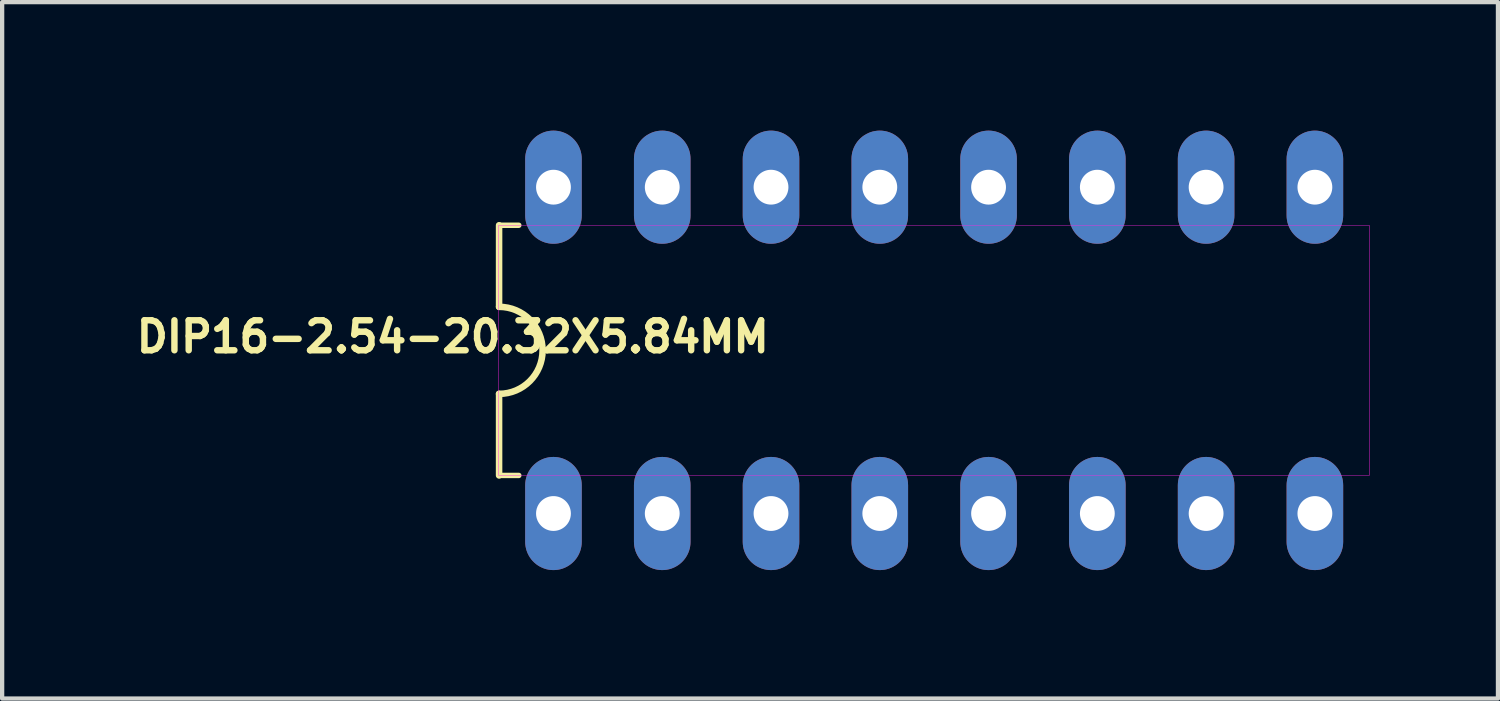
<source format=kicad_pcb>
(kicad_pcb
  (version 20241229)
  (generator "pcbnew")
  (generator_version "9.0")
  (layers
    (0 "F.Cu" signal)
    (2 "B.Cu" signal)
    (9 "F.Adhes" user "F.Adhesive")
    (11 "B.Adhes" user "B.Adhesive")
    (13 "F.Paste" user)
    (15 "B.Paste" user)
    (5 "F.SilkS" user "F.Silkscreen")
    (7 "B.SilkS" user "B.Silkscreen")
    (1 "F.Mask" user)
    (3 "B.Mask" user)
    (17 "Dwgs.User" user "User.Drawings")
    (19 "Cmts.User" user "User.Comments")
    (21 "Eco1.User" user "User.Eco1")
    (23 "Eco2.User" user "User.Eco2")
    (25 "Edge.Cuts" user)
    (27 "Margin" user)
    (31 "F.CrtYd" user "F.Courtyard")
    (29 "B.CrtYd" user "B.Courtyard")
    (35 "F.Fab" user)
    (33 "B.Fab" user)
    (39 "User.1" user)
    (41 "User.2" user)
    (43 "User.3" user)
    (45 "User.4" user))
  (footprint "DIP16-2.54-20.32X5.84MM"
    (layer "F.Cu")
    (at 18.764 5.131)
    (property "Reference" "DIP16-2.54-20.32X5.84MM" (at -11.241 -0.318 180) (layer "F.SilkS") (effects (font (size 0.7 0.7) (thickness 0.15))))
    (attr through_hole)
    (fp_line (start -10.16 -2.921) (end -10.16 -1.016) (stroke (width 0.152) (type solid)) (layer "F.SilkS"))
    (fp_line (start -10.16 -2.921) (end -9.7 -2.921) (stroke (width 0.127) (type solid)) (layer "F.SilkS"))
    (fp_line (start -10.16 2.921) (end -10.16 1.016) (stroke (width 0.152) (type solid)) (layer "F.SilkS"))
    (fp_line (start -10.16 2.921) (end -9.7 2.921) (stroke (width 0.127) (type solid)) (layer "F.SilkS"))
    (fp_arc (start -10.16 -1.016) (mid -9.144 0) (end -10.16 1.016) (stroke (width 0.1524) (type solid)) (layer "F.SilkS"))
    (fp_poly (pts (xy -10.168 -2.921) (xy 10.16 -2.921) (xy 10.16 2.923) (xy -10.168 2.923)) (stroke (width 0.01) (type solid)) (fill no) (layer "F.CrtYd"))
    (pad "1" thru_hole oval (at -8.89 3.81) (size 1.321 2.642) (drill 0.813) (layers "*.Cu" "*.Mask"))
    (pad "2" thru_hole oval (at -6.35 3.81) (size 1.321 2.642) (drill 0.813) (layers "*.Cu" "*.Mask"))
    (pad "3" thru_hole oval (at -3.81 3.81) (size 1.321 2.642) (drill 0.813) (layers "*.Cu" "*.Mask"))
    (pad "4" thru_hole oval (at -1.27 3.81) (size 1.321 2.642) (drill 0.813) (layers "*.Cu" "*.Mask"))
    (pad "5" thru_hole oval (at 1.27 3.81) (size 1.321 2.642) (drill 0.813) (layers "*.Cu" "*.Mask"))
    (pad "6" thru_hole oval (at 3.81 3.81) (size 1.321 2.642) (drill 0.813) (layers "*.Cu" "*.Mask"))
    (pad "7" thru_hole oval (at 6.35 3.81) (size 1.321 2.642) (drill 0.813) (layers "*.Cu" "*.Mask"))
    (pad "8" thru_hole oval (at 8.89 3.81) (size 1.321 2.642) (drill 0.813) (layers "*.Cu" "*.Mask"))
    (pad "9" thru_hole oval (at 8.89 -3.81) (size 1.321 2.642) (drill 0.813) (layers "*.Cu" "*.Mask"))
    (pad "10" thru_hole oval (at 6.35 -3.81) (size 1.321 2.642) (drill 0.813) (layers "*.Cu" "*.Mask"))
    (pad "11" thru_hole oval (at 3.81 -3.81) (size 1.321 2.642) (drill 0.813) (layers "*.Cu" "*.Mask"))
    (pad "12" thru_hole oval (at 1.27 -3.81) (size 1.321 2.642) (drill 0.813) (layers "*.Cu" "*.Mask"))
    (pad "13" thru_hole oval (at -1.27 -3.81) (size 1.321 2.642) (drill 0.813) (layers "*.Cu" "*.Mask"))
    (pad "14" thru_hole oval (at -3.81 -3.81) (size 1.321 2.642) (drill 0.813) (layers "*.Cu" "*.Mask"))
    (pad "15" thru_hole oval (at -6.35 -3.81) (size 1.321 2.642) (drill 0.813) (layers "*.Cu" "*.Mask"))
    (pad "16" thru_hole oval (at -8.89 -3.81) (size 1.321 2.642) (drill 0.813) (layers "*.Cu" "*.Mask")))
  (gr_rect
    (start -3 -3)
    (end 31.929 13.262)
    (stroke (width 0.1) (type default))
    (fill no)
    (layer "Edge.Cuts")))
</source>
